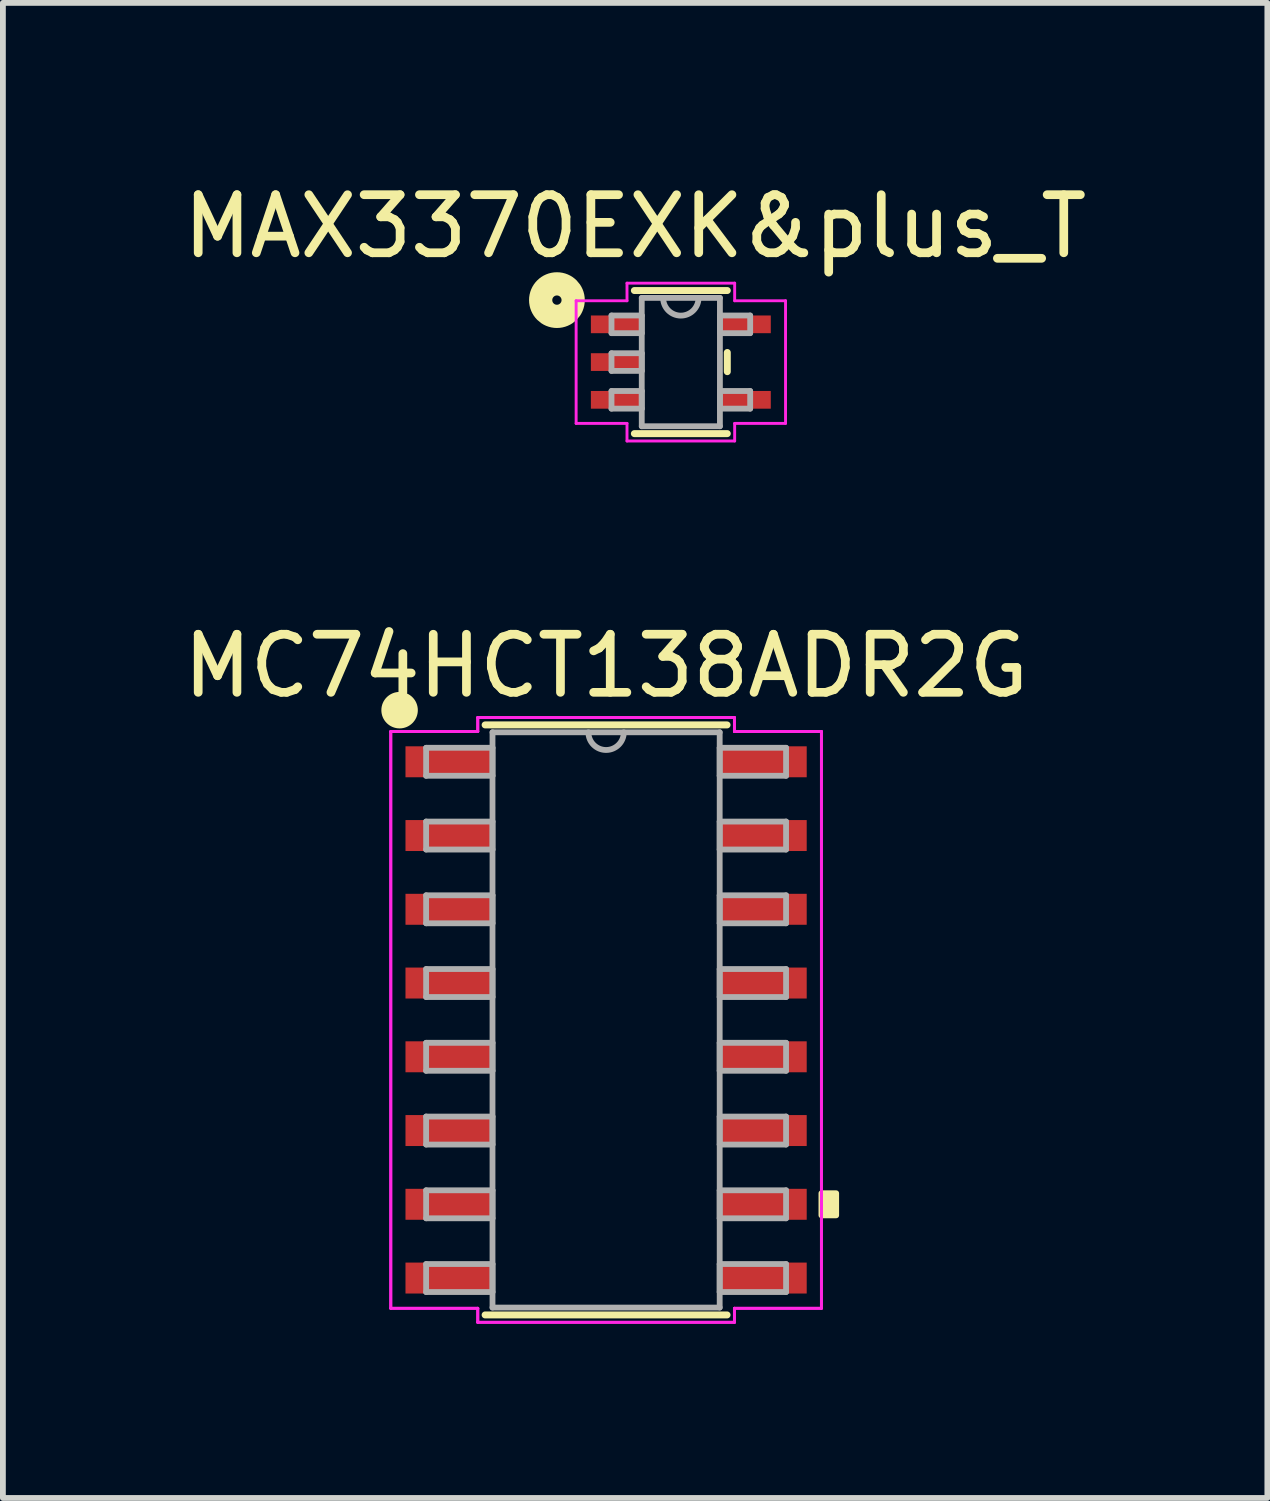
<source format=kicad_pcb>
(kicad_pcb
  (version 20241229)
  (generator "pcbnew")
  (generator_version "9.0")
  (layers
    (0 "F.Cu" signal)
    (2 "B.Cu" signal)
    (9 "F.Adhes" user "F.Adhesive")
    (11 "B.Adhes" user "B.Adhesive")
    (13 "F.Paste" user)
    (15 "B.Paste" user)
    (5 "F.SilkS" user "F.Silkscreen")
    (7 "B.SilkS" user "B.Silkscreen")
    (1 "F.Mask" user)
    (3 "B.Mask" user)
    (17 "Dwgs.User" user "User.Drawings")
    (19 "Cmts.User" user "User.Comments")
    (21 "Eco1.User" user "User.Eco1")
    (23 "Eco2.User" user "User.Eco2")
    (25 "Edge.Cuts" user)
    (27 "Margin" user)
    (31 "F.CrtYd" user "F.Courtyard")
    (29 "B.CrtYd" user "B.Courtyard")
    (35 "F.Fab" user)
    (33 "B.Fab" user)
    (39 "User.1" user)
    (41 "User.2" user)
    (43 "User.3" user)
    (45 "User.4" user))
  (footprint "MC74HCT138ADR2G"
    (layer "F.Cu")
    (at 7.387 14.513)
    (property "Reference" "MC74HCT138ADR2G" (at 0 -6.096 0) (layer "F.SilkS") (effects (font (size 1 1) (thickness 0.15))))
    (attr through_hole)
    (fp_line (start -2.083 5.08) (end 2.083 5.08) (stroke (width 0.12) (type solid)) (layer "F.SilkS"))
    (fp_line (start 2.083 -5.08) (end -2.083 -5.08) (stroke (width 0.12) (type solid)) (layer "F.SilkS"))
    (fp_circle (center -3.556 -5.334) (end -3.302 -5.334) (stroke (width 0.12) (type solid)) (fill yes) (layer "F.SilkS"))
    (fp_poly (pts (xy 3.962 2.985) (xy 3.962 3.365) (xy 3.708 3.365) (xy 3.708 2.985)) (stroke (width 0.1) (type solid)) (fill yes) (layer "F.SilkS"))
    (fp_line (start -3.708 -4.966) (end -2.21 -4.966) (stroke (width 0.05) (type solid)) (layer "F.CrtYd"))
    (fp_line (start -3.708 -4.966) (end -2.21 -4.966) (stroke (width 0.05) (type solid)) (layer "F.CrtYd"))
    (fp_line (start -3.708 4.966) (end -3.708 -4.966) (stroke (width 0.05) (type solid)) (layer "F.CrtYd"))
    (fp_line (start -3.708 4.966) (end -3.708 -4.966) (stroke (width 0.05) (type solid)) (layer "F.CrtYd"))
    (fp_line (start -3.708 4.966) (end -2.21 4.966) (stroke (width 0.05) (type solid)) (layer "F.CrtYd"))
    (fp_line (start -2.21 -5.207) (end 2.21 -5.207) (stroke (width 0.05) (type solid)) (layer "F.CrtYd"))
    (fp_line (start -2.21 -5.207) (end 2.21 -5.207) (stroke (width 0.05) (type solid)) (layer "F.CrtYd"))
    (fp_line (start -2.21 -4.966) (end -2.21 -5.207) (stroke (width 0.05) (type solid)) (layer "F.CrtYd"))
    (fp_line (start -2.21 -4.966) (end -2.21 -5.207) (stroke (width 0.05) (type solid)) (layer "F.CrtYd"))
    (fp_line (start -2.21 4.966) (end -3.708 4.966) (stroke (width 0.05) (type solid)) (layer "F.CrtYd"))
    (fp_line (start -2.21 5.207) (end -2.21 4.966) (stroke (width 0.05) (type solid)) (layer "F.CrtYd"))
    (fp_line (start -2.21 5.207) (end -2.21 4.966) (stroke (width 0.05) (type solid)) (layer "F.CrtYd"))
    (fp_line (start 2.21 -5.207) (end 2.21 -4.966) (stroke (width 0.05) (type solid)) (layer "F.CrtYd"))
    (fp_line (start 2.21 -5.207) (end 2.21 -4.966) (stroke (width 0.05) (type solid)) (layer "F.CrtYd"))
    (fp_line (start 2.21 -4.966) (end 3.708 -4.966) (stroke (width 0.05) (type solid)) (layer "F.CrtYd"))
    (fp_line (start 2.21 4.966) (end 2.21 5.207) (stroke (width 0.05) (type solid)) (layer "F.CrtYd"))
    (fp_line (start 2.21 4.966) (end 2.21 5.207) (stroke (width 0.05) (type solid)) (layer "F.CrtYd"))
    (fp_line (start 2.21 5.207) (end -2.21 5.207) (stroke (width 0.05) (type solid)) (layer "F.CrtYd"))
    (fp_line (start 2.21 5.207) (end -2.21 5.207) (stroke (width 0.05) (type solid)) (layer "F.CrtYd"))
    (fp_line (start 3.708 -4.966) (end 2.21 -4.966) (stroke (width 0.05) (type solid)) (layer "F.CrtYd"))
    (fp_line (start 3.708 -4.966) (end 3.708 4.966) (stroke (width 0.05) (type solid)) (layer "F.CrtYd"))
    (fp_line (start 3.708 -4.966) (end 3.708 4.966) (stroke (width 0.05) (type solid)) (layer "F.CrtYd"))
    (fp_line (start 3.708 4.966) (end 2.21 4.966) (stroke (width 0.05) (type solid)) (layer "F.CrtYd"))
    (fp_line (start 3.708 4.966) (end 2.21 4.966) (stroke (width 0.05) (type solid)) (layer "F.CrtYd"))
    (fp_line (start -3.099 -4.686) (end -3.099 -4.204) (stroke (width 0.1) (type solid)) (layer "F.Fab"))
    (fp_line (start -3.099 -4.204) (end -1.956 -4.204) (stroke (width 0.1) (type solid)) (layer "F.Fab"))
    (fp_line (start -3.099 -3.416) (end -3.099 -2.934) (stroke (width 0.1) (type solid)) (layer "F.Fab"))
    (fp_line (start -3.099 -2.934) (end -1.956 -2.934) (stroke (width 0.1) (type solid)) (layer "F.Fab"))
    (fp_line (start -3.099 -2.146) (end -3.099 -1.664) (stroke (width 0.1) (type solid)) (layer "F.Fab"))
    (fp_line (start -3.099 -1.664) (end -1.956 -1.664) (stroke (width 0.1) (type solid)) (layer "F.Fab"))
    (fp_line (start -3.099 -0.876) (end -3.099 -0.394) (stroke (width 0.1) (type solid)) (layer "F.Fab"))
    (fp_line (start -3.099 -0.394) (end -1.956 -0.394) (stroke (width 0.1) (type solid)) (layer "F.Fab"))
    (fp_line (start -3.099 0.394) (end -3.099 0.876) (stroke (width 0.1) (type solid)) (layer "F.Fab"))
    (fp_line (start -3.099 0.876) (end -1.956 0.876) (stroke (width 0.1) (type solid)) (layer "F.Fab"))
    (fp_line (start -3.099 1.664) (end -3.099 2.146) (stroke (width 0.1) (type solid)) (layer "F.Fab"))
    (fp_line (start -3.099 2.146) (end -1.956 2.146) (stroke (width 0.1) (type solid)) (layer "F.Fab"))
    (fp_line (start -3.099 2.934) (end -3.099 3.416) (stroke (width 0.1) (type solid)) (layer "F.Fab"))
    (fp_line (start -3.099 3.416) (end -1.956 3.416) (stroke (width 0.1) (type solid)) (layer "F.Fab"))
    (fp_line (start -3.099 4.204) (end -3.099 4.686) (stroke (width 0.1) (type solid)) (layer "F.Fab"))
    (fp_line (start -3.099 4.686) (end -1.956 4.686) (stroke (width 0.1) (type solid)) (layer "F.Fab"))
    (fp_line (start -1.956 -4.953) (end -1.956 4.953) (stroke (width 0.1) (type solid)) (layer "F.Fab"))
    (fp_line (start -1.956 -4.686) (end -3.099 -4.686) (stroke (width 0.1) (type solid)) (layer "F.Fab"))
    (fp_line (start -1.956 -4.204) (end -1.956 -4.686) (stroke (width 0.1) (type solid)) (layer "F.Fab"))
    (fp_line (start -1.956 -3.416) (end -3.099 -3.416) (stroke (width 0.1) (type solid)) (layer "F.Fab"))
    (fp_line (start -1.956 -2.934) (end -1.956 -3.416) (stroke (width 0.1) (type solid)) (layer "F.Fab"))
    (fp_line (start -1.956 -2.146) (end -3.099 -2.146) (stroke (width 0.1) (type solid)) (layer "F.Fab"))
    (fp_line (start -1.956 -1.664) (end -1.956 -2.146) (stroke (width 0.1) (type solid)) (layer "F.Fab"))
    (fp_line (start -1.956 -0.876) (end -3.099 -0.876) (stroke (width 0.1) (type solid)) (layer "F.Fab"))
    (fp_line (start -1.956 -0.394) (end -1.956 -0.876) (stroke (width 0.1) (type solid)) (layer "F.Fab"))
    (fp_line (start -1.956 0.394) (end -3.099 0.394) (stroke (width 0.1) (type solid)) (layer "F.Fab"))
    (fp_line (start -1.956 0.876) (end -1.956 0.394) (stroke (width 0.1) (type solid)) (layer "F.Fab"))
    (fp_line (start -1.956 1.664) (end -3.099 1.664) (stroke (width 0.1) (type solid)) (layer "F.Fab"))
    (fp_line (start -1.956 2.146) (end -1.956 1.664) (stroke (width 0.1) (type solid)) (layer "F.Fab"))
    (fp_line (start -1.956 2.934) (end -3.099 2.934) (stroke (width 0.1) (type solid)) (layer "F.Fab"))
    (fp_line (start -1.956 3.416) (end -1.956 2.934) (stroke (width 0.1) (type solid)) (layer "F.Fab"))
    (fp_line (start -1.956 4.204) (end -3.099 4.204) (stroke (width 0.1) (type solid)) (layer "F.Fab"))
    (fp_line (start -1.956 4.686) (end -1.956 4.204) (stroke (width 0.1) (type solid)) (layer "F.Fab"))
    (fp_line (start -1.956 4.953) (end 1.956 4.953) (stroke (width 0.1) (type solid)) (layer "F.Fab"))
    (fp_line (start 1.956 -4.953) (end -1.956 -4.953) (stroke (width 0.1) (type solid)) (layer "F.Fab"))
    (fp_line (start 1.956 -4.686) (end 1.956 -4.204) (stroke (width 0.1) (type solid)) (layer "F.Fab"))
    (fp_line (start 1.956 -4.204) (end 3.099 -4.204) (stroke (width 0.1) (type solid)) (layer "F.Fab"))
    (fp_line (start 1.956 -3.416) (end 1.956 -2.934) (stroke (width 0.1) (type solid)) (layer "F.Fab"))
    (fp_line (start 1.956 -2.934) (end 3.099 -2.934) (stroke (width 0.1) (type solid)) (layer "F.Fab"))
    (fp_line (start 1.956 -2.146) (end 1.956 -1.664) (stroke (width 0.1) (type solid)) (layer "F.Fab"))
    (fp_line (start 1.956 -1.664) (end 3.099 -1.664) (stroke (width 0.1) (type solid)) (layer "F.Fab"))
    (fp_line (start 1.956 -0.876) (end 1.956 -0.394) (stroke (width 0.1) (type solid)) (layer "F.Fab"))
    (fp_line (start 1.956 -0.394) (end 3.099 -0.394) (stroke (width 0.1) (type solid)) (layer "F.Fab"))
    (fp_line (start 1.956 0.394) (end 1.956 0.876) (stroke (width 0.1) (type solid)) (layer "F.Fab"))
    (fp_line (start 1.956 0.876) (end 3.099 0.876) (stroke (width 0.1) (type solid)) (layer "F.Fab"))
    (fp_line (start 1.956 1.664) (end 1.956 2.146) (stroke (width 0.1) (type solid)) (layer "F.Fab"))
    (fp_line (start 1.956 2.146) (end 3.099 2.146) (stroke (width 0.1) (type solid)) (layer "F.Fab"))
    (fp_line (start 1.956 2.934) (end 1.956 3.416) (stroke (width 0.1) (type solid)) (layer "F.Fab"))
    (fp_line (start 1.956 3.416) (end 3.099 3.416) (stroke (width 0.1) (type solid)) (layer "F.Fab"))
    (fp_line (start 1.956 4.204) (end 1.956 4.686) (stroke (width 0.1) (type solid)) (layer "F.Fab"))
    (fp_line (start 1.956 4.686) (end 3.099 4.686) (stroke (width 0.1) (type solid)) (layer "F.Fab"))
    (fp_line (start 1.956 4.953) (end 1.956 -4.953) (stroke (width 0.1) (type solid)) (layer "F.Fab"))
    (fp_line (start 3.099 -4.686) (end 1.956 -4.686) (stroke (width 0.1) (type solid)) (layer "F.Fab"))
    (fp_line (start 3.099 -4.204) (end 3.099 -4.686) (stroke (width 0.1) (type solid)) (layer "F.Fab"))
    (fp_line (start 3.099 -3.416) (end 1.956 -3.416) (stroke (width 0.1) (type solid)) (layer "F.Fab"))
    (fp_line (start 3.099 -2.934) (end 3.099 -3.416) (stroke (width 0.1) (type solid)) (layer "F.Fab"))
    (fp_line (start 3.099 -2.146) (end 1.956 -2.146) (stroke (width 0.1) (type solid)) (layer "F.Fab"))
    (fp_line (start 3.099 -1.664) (end 3.099 -2.146) (stroke (width 0.1) (type solid)) (layer "F.Fab"))
    (fp_line (start 3.099 -0.876) (end 1.956 -0.876) (stroke (width 0.1) (type solid)) (layer "F.Fab"))
    (fp_line (start 3.099 -0.394) (end 3.099 -0.876) (stroke (width 0.1) (type solid)) (layer "F.Fab"))
    (fp_line (start 3.099 0.394) (end 1.956 0.394) (stroke (width 0.1) (type solid)) (layer "F.Fab"))
    (fp_line (start 3.099 0.876) (end 3.099 0.394) (stroke (width 0.1) (type solid)) (layer "F.Fab"))
    (fp_line (start 3.099 1.664) (end 1.956 1.664) (stroke (width 0.1) (type solid)) (layer "F.Fab"))
    (fp_line (start 3.099 2.146) (end 3.099 1.664) (stroke (width 0.1) (type solid)) (layer "F.Fab"))
    (fp_line (start 3.099 2.934) (end 1.956 2.934) (stroke (width 0.1) (type solid)) (layer "F.Fab"))
    (fp_line (start 3.099 3.416) (end 3.099 2.934) (stroke (width 0.1) (type solid)) (layer "F.Fab"))
    (fp_line (start 3.099 4.204) (end 1.956 4.204) (stroke (width 0.1) (type solid)) (layer "F.Fab"))
    (fp_line (start 3.099 4.686) (end 3.099 4.204) (stroke (width 0.1) (type solid)) (layer "F.Fab"))
    (fp_arc (start 0.3048 -4.953) (mid 0 -4.6482) (end -0.3048 -4.953) (stroke (width 0.1) (type solid)) (layer "F.Fab"))
    (pad "1" smd rect (at -2.705 -4.445) (size 1.499 0.533) (layers "F.Cu" "F.Mask" "F.Paste"))
    (pad "2" smd rect (at -2.705 -3.175) (size 1.499 0.533) (layers "F.Cu" "F.Mask" "F.Paste"))
    (pad "3" smd rect (at -2.705 -1.905) (size 1.499 0.533) (layers "F.Cu" "F.Mask" "F.Paste"))
    (pad "4" smd rect (at -2.705 -0.635) (size 1.499 0.533) (layers "F.Cu" "F.Mask" "F.Paste"))
    (pad "5" smd rect (at -2.705 0.635) (size 1.499 0.533) (layers "F.Cu" "F.Mask" "F.Paste"))
    (pad "6" smd rect (at -2.705 1.905) (size 1.499 0.533) (layers "F.Cu" "F.Mask" "F.Paste"))
    (pad "7" smd rect (at -2.705 3.175) (size 1.499 0.533) (layers "F.Cu" "F.Mask" "F.Paste"))
    (pad "8" smd rect (at -2.705 4.445) (size 1.499 0.533) (layers "F.Cu" "F.Mask" "F.Paste"))
    (pad "9" smd rect (at 2.705 4.445) (size 1.499 0.533) (layers "F.Cu" "F.Mask" "F.Paste"))
    (pad "10" smd rect (at 2.705 3.175) (size 1.499 0.533) (layers "F.Cu" "F.Mask" "F.Paste"))
    (pad "11" smd rect (at 2.705 1.905) (size 1.499 0.533) (layers "F.Cu" "F.Mask" "F.Paste"))
    (pad "12" smd rect (at 2.705 0.635) (size 1.499 0.533) (layers "F.Cu" "F.Mask" "F.Paste"))
    (pad "13" smd rect (at 2.705 -0.635) (size 1.499 0.533) (layers "F.Cu" "F.Mask" "F.Paste"))
    (pad "14" smd rect (at 2.705 -1.905) (size 1.499 0.533) (layers "F.Cu" "F.Mask" "F.Paste"))
    (pad "15" smd rect (at 2.705 -3.175) (size 1.499 0.533) (layers "F.Cu" "F.Mask" "F.Paste"))
    (pad "16" smd rect (at 2.705 -4.445) (size 1.499 0.533) (layers "F.Cu" "F.Mask" "F.Paste")))
  (footprint "MAX3370EXK&plus_T"
    (layer "F.Cu")
    (at 8.674 3.185)
    (property "Reference" "MAX3370EXK&plus_T" (at -0.787 -2.337 0) (layer "F.SilkS") (effects (font (size 1 1) (thickness 0.15))))
    (attr smd)
    (fp_line (start -0.8 1.232) (end 0.8 1.232) (stroke (width 0.12) (type solid)) (layer "F.SilkS"))
    (fp_line (start 0.8 -1.232) (end -0.8 -1.232) (stroke (width 0.12) (type solid)) (layer "F.SilkS"))
    (fp_line (start 0.8 0.165) (end 0.8 -0.165) (stroke (width 0.12) (type solid)) (layer "F.SilkS"))
    (fp_circle (center -2.134 -1.067) (end -2.054 -1.067) (stroke (width 0.4) (type solid)) (fill no) (layer "F.SilkS"))
    (fp_line (start -1.803 -1.056) (end -0.927 -1.056) (stroke (width 0.05) (type solid)) (layer "F.CrtYd"))
    (fp_line (start -1.803 1.056) (end -1.803 -1.056) (stroke (width 0.05) (type solid)) (layer "F.CrtYd"))
    (fp_line (start -0.927 -1.359) (end 0.927 -1.359) (stroke (width 0.05) (type solid)) (layer "F.CrtYd"))
    (fp_line (start -0.927 -1.056) (end -0.927 -1.359) (stroke (width 0.05) (type solid)) (layer "F.CrtYd"))
    (fp_line (start -0.927 1.056) (end -1.803 1.056) (stroke (width 0.05) (type solid)) (layer "F.CrtYd"))
    (fp_line (start -0.927 1.359) (end -0.927 1.056) (stroke (width 0.05) (type solid)) (layer "F.CrtYd"))
    (fp_line (start 0.927 -1.359) (end 0.927 -1.056) (stroke (width 0.05) (type solid)) (layer "F.CrtYd"))
    (fp_line (start 0.927 -1.056) (end 1.803 -1.056) (stroke (width 0.05) (type solid)) (layer "F.CrtYd"))
    (fp_line (start 0.927 1.056) (end 0.927 1.359) (stroke (width 0.05) (type solid)) (layer "F.CrtYd"))
    (fp_line (start 0.927 1.359) (end -0.927 1.359) (stroke (width 0.05) (type solid)) (layer "F.CrtYd"))
    (fp_line (start 1.803 -1.056) (end 1.803 1.056) (stroke (width 0.05) (type solid)) (layer "F.CrtYd"))
    (fp_line (start 1.803 1.056) (end 0.927 1.056) (stroke (width 0.05) (type solid)) (layer "F.CrtYd"))
    (fp_line (start -1.194 -0.802) (end -1.194 -0.498) (stroke (width 0.1) (type solid)) (layer "F.Fab"))
    (fp_line (start -1.194 -0.498) (end -0.673 -0.498) (stroke (width 0.1) (type solid)) (layer "F.Fab"))
    (fp_line (start -1.194 -0.152) (end -1.194 0.152) (stroke (width 0.1) (type solid)) (layer "F.Fab"))
    (fp_line (start -1.194 0.152) (end -0.673 0.152) (stroke (width 0.1) (type solid)) (layer "F.Fab"))
    (fp_line (start -1.194 0.498) (end -1.194 0.802) (stroke (width 0.1) (type solid)) (layer "F.Fab"))
    (fp_line (start -1.194 0.802) (end -0.673 0.802) (stroke (width 0.1) (type solid)) (layer "F.Fab"))
    (fp_line (start -0.673 -1.105) (end -0.673 1.105) (stroke (width 0.1) (type solid)) (layer "F.Fab"))
    (fp_line (start -0.673 -0.802) (end -1.194 -0.802) (stroke (width 0.1) (type solid)) (layer "F.Fab"))
    (fp_line (start -0.673 -0.498) (end -0.673 -0.802) (stroke (width 0.1) (type solid)) (layer "F.Fab"))
    (fp_line (start -0.673 -0.152) (end -1.194 -0.152) (stroke (width 0.1) (type solid)) (layer "F.Fab"))
    (fp_line (start -0.673 0.152) (end -0.673 -0.152) (stroke (width 0.1) (type solid)) (layer "F.Fab"))
    (fp_line (start -0.673 0.498) (end -1.194 0.498) (stroke (width 0.1) (type solid)) (layer "F.Fab"))
    (fp_line (start -0.673 0.802) (end -0.673 0.498) (stroke (width 0.1) (type solid)) (layer "F.Fab"))
    (fp_line (start -0.673 1.105) (end 0.673 1.105) (stroke (width 0.1) (type solid)) (layer "F.Fab"))
    (fp_line (start 0.673 -1.105) (end -0.673 -1.105) (stroke (width 0.1) (type solid)) (layer "F.Fab"))
    (fp_line (start 0.673 -0.802) (end 0.673 -0.498) (stroke (width 0.1) (type solid)) (layer "F.Fab"))
    (fp_line (start 0.673 -0.498) (end 1.194 -0.498) (stroke (width 0.1) (type solid)) (layer "F.Fab"))
    (fp_line (start 0.673 0.498) (end 0.673 0.802) (stroke (width 0.1) (type solid)) (layer "F.Fab"))
    (fp_line (start 0.673 0.802) (end 1.194 0.802) (stroke (width 0.1) (type solid)) (layer "F.Fab"))
    (fp_line (start 0.673 1.105) (end 0.673 -1.105) (stroke (width 0.1) (type solid)) (layer "F.Fab"))
    (fp_line (start 1.194 -0.802) (end 0.673 -0.802) (stroke (width 0.1) (type solid)) (layer "F.Fab"))
    (fp_line (start 1.194 -0.498) (end 1.194 -0.802) (stroke (width 0.1) (type solid)) (layer "F.Fab"))
    (fp_line (start 1.194 0.498) (end 0.673 0.498) (stroke (width 0.1) (type solid)) (layer "F.Fab"))
    (fp_line (start 1.194 0.802) (end 1.194 0.498) (stroke (width 0.1) (type solid)) (layer "F.Fab"))
    (fp_arc (start 0.3048 -1.1049) (mid 0 -0.8001) (end -0.3048 -1.1049) (stroke (width 0.1) (type solid)) (layer "F.Fab"))
    (pad "1" smd rect (at -1.111 -0.65) (size 0.876 0.305) (layers "F.Cu" "F.Mask" "F.Paste"))
    (pad "2" smd rect (at -1.111 0) (size 0.876 0.305) (layers "F.Cu" "F.Mask" "F.Paste"))
    (pad "3" smd rect (at -1.111 0.65) (size 0.876 0.305) (layers "F.Cu" "F.Mask" "F.Paste"))
    (pad "4" smd rect (at 1.111 0.65) (size 0.876 0.305) (layers "F.Cu" "F.Mask" "F.Paste"))
    (pad "5" smd rect (at 1.111 -0.65) (size 0.876 0.305) (layers "F.Cu" "F.Mask" "F.Paste")))
  (gr_rect
    (start -3 -3)
    (end 18.774 22.745)
    (stroke (width 0.1) (type default))
    (fill no)
    (layer "Edge.Cuts")))
</source>
